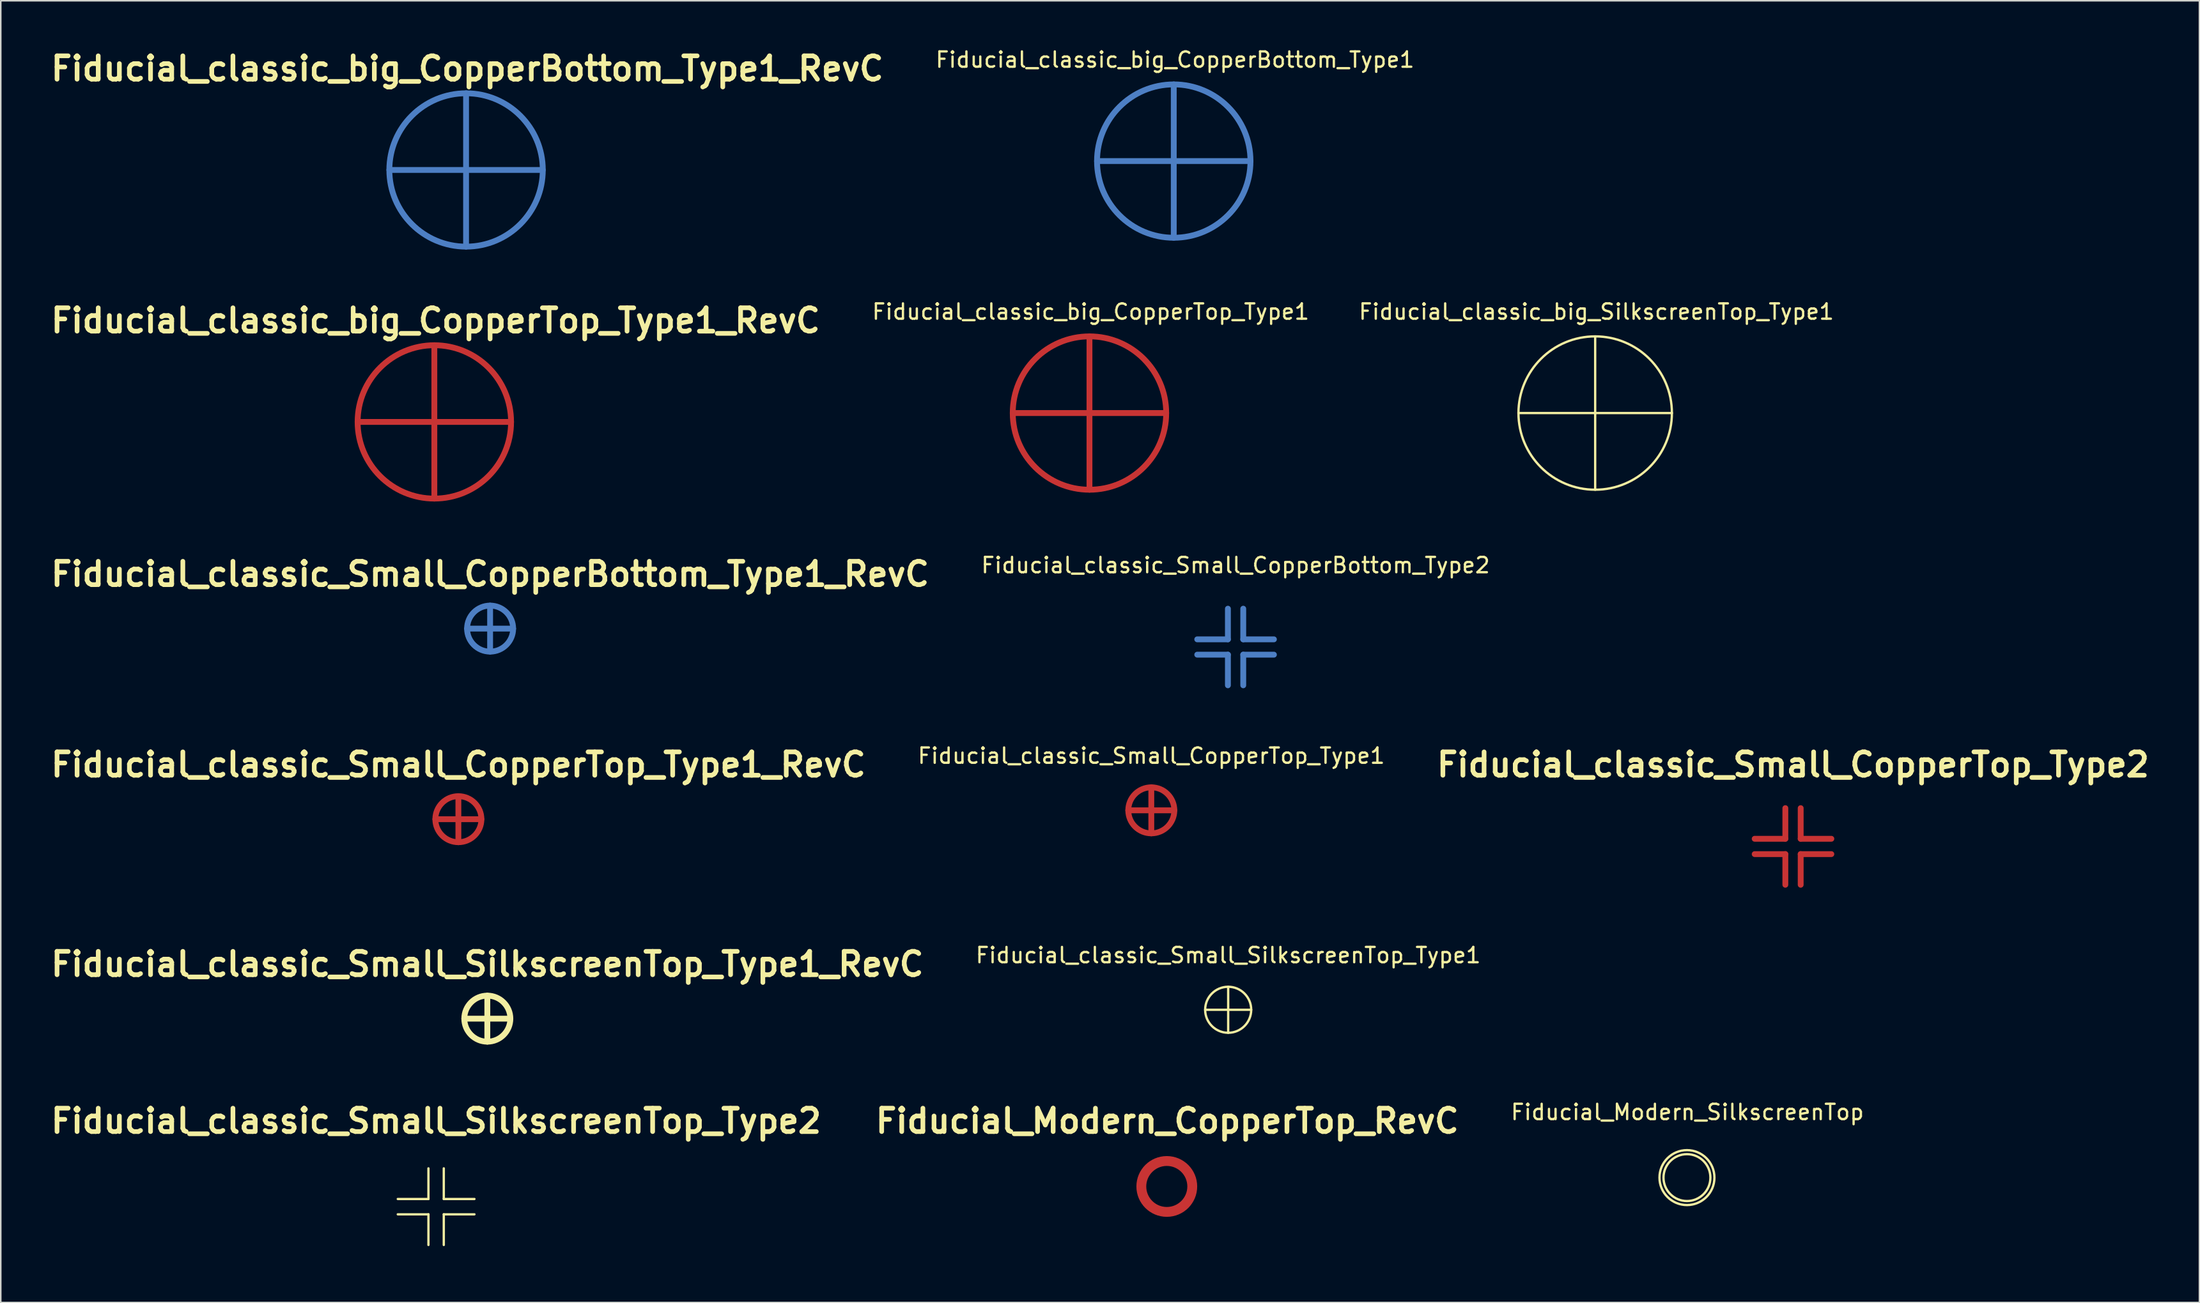
<source format=kicad_pcb>
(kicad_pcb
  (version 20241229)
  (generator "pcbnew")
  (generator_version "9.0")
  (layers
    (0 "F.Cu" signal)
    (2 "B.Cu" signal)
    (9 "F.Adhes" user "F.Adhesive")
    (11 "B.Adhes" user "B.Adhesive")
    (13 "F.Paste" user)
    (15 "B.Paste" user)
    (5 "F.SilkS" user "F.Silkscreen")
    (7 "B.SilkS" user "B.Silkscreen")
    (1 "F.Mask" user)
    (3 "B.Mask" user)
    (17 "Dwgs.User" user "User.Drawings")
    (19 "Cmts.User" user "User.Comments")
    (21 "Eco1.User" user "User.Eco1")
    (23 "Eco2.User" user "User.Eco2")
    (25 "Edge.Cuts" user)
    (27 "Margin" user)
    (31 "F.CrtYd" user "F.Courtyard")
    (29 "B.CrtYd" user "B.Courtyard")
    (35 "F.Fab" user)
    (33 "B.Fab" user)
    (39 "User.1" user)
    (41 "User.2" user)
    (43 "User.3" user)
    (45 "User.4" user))
  (footprint "Fiducial_classic_Small_CopperTop_Type1_RevC"
    (layer "F.Cu")
    (at 26.83 50.386)
    (property "Reference" "Fiducial_classic_Small_CopperTop_Type1_RevC" (at 0 -3.556 0) (layer "F.SilkS") (effects (font (size 1.524 1.524) (thickness 0.305))))
    (attr through_hole)
    (fp_line (start -1.501 0) (end 1.501 0) (stroke (width 0.381) (type solid)) (layer "F.Cu"))
    (fp_line (start 0 -1.501) (end 0 1.501) (stroke (width 0.381) (type solid)) (layer "F.Cu"))
    (fp_circle (center 0 0) (end 1.501 0) (stroke (width 0.381) (type solid)) (fill no) (layer "F.Cu"))
    (pad "" smd circle (at 0 0) (size 4.501 4.501) (layers "F.Mask")))
  (footprint "Fiducial_classic_Small_SilkscreenTop_Type2"
    (layer "F.Cu")
    (at 25.378 75.661)
    (property "Reference" "Fiducial_classic_Small_SilkscreenTop_Type2" (at 0 -5.588 0) (layer "F.SilkS") (effects (font (size 1.524 1.524) (thickness 0.305))))
    (attr through_hole)
    (fp_line (start -0.5 -0.5) (end -2.499 -0.5) (stroke (width 0.15) (type solid)) (layer "F.SilkS"))
    (fp_line (start -0.5 -0.5) (end -0.5 -2.499) (stroke (width 0.15) (type solid)) (layer "F.SilkS"))
    (fp_line (start -0.5 0.5) (end -2.499 0.5) (stroke (width 0.15) (type solid)) (layer "F.SilkS"))
    (fp_line (start -0.5 0.5) (end -0.5 2.499) (stroke (width 0.15) (type solid)) (layer "F.SilkS"))
    (fp_line (start 0.5 -0.5) (end 0.5 -2.499) (stroke (width 0.15) (type solid)) (layer "F.SilkS"))
    (fp_line (start 0.5 -0.5) (end 2.499 -0.5) (stroke (width 0.15) (type solid)) (layer "F.SilkS"))
    (fp_line (start 0.5 0.5) (end 0.5 2.499) (stroke (width 0.15) (type solid)) (layer "F.SilkS"))
    (fp_line (start 0.5 0.5) (end 2.499 0.5) (stroke (width 0.15) (type solid)) (layer "F.SilkS"))
    (pad "" smd circle (at 0 0) (size 6.5 6.5) (layers "F.Mask")))
  (footprint "Fiducial_classic_Small_SilkscreenTop_Type1"
    (layer "F.Cu")
    (at 77.01 62.818)
    (property "Reference" "Fiducial_classic_Small_SilkscreenTop_Type1" (at 0 -3.556 0) (layer "F.SilkS") (effects (font (size 1 1) (thickness 0.15))))
    (attr through_hole)
    (fp_line (start -1.501 0) (end 1.501 0) (stroke (width 0.15) (type solid)) (layer "F.SilkS"))
    (fp_line (start 0 -1.501) (end 0 1.501) (stroke (width 0.15) (type solid)) (layer "F.SilkS"))
    (fp_circle (center 0 0) (end 1.501 0) (stroke (width 0.15) (type solid)) (fill no) (layer "F.SilkS"))
    (pad "" smd circle (at 0 0) (size 4.501 4.501) (layers "F.Mask")))
  (footprint "Fiducial_classic_big_CopperTop_Type1_RevC"
    (layer "F.Cu")
    (at 25.263 24.471)
    (property "Reference" "Fiducial_classic_big_CopperTop_Type1_RevC" (at 0.079 -6.609 0) (layer "F.SilkS") (effects (font (size 1.524 1.524) (thickness 0.305))))
    (attr through_hole)
    (fp_line (start -5.001 0) (end 5.001 0) (stroke (width 0.381) (type solid)) (layer "F.Cu"))
    (fp_line (start 0 -5.001) (end 0 5.001) (stroke (width 0.381) (type solid)) (layer "F.Cu"))
    (fp_circle (center 0 0) (end 5.001 0) (stroke (width 0.381) (type solid)) (fill no) (layer "F.Cu"))
    (pad "" smd circle (at 0 0) (size 11.001 11.001) (layers "F.Mask")))
  (footprint "Fiducial_classic_Small_SilkscreenTop_Type1_RevC"
    (layer "F.Cu")
    (at 28.717 63.397)
    (property "Reference" "Fiducial_classic_Small_SilkscreenTop_Type1_RevC" (at 0 -3.556 0) (layer "F.SilkS") (effects (font (size 1.524 1.524) (thickness 0.305))))
    (attr through_hole)
    (fp_line (start -1.501 0) (end 1.501 0) (stroke (width 0.381) (type solid)) (layer "F.SilkS"))
    (fp_line (start 0 -1.501) (end 0 1.501) (stroke (width 0.381) (type solid)) (layer "F.SilkS"))
    (fp_circle (center 0 0) (end 1.501 0) (stroke (width 0.381) (type solid)) (fill no) (layer "F.SilkS"))
    (pad "" smd circle (at 0 0) (size 4.501 4.501) (layers "F.Mask")))
  (footprint "Fiducial_classic_Small_CopperTop_Type2"
    (layer "F.Cu")
    (at 113.829 52.164)
    (property "Reference" "Fiducial_classic_Small_CopperTop_Type2" (at 0 -5.334 0) (layer "F.SilkS") (effects (font (size 1.524 1.524) (thickness 0.305))))
    (attr through_hole)
    (fp_line (start -0.5 -0.5) (end -2.499 -0.5) (stroke (width 0.381) (type solid)) (layer "F.Cu"))
    (fp_line (start -0.5 -0.5) (end -0.5 -2.499) (stroke (width 0.381) (type solid)) (layer "F.Cu"))
    (fp_line (start -0.5 0.5) (end -2.499 0.5) (stroke (width 0.381) (type solid)) (layer "F.Cu"))
    (fp_line (start -0.5 0.5) (end -0.5 2.499) (stroke (width 0.381) (type solid)) (layer "F.Cu"))
    (fp_line (start 0.5 -0.5) (end 0.5 -2.499) (stroke (width 0.381) (type solid)) (layer "F.Cu"))
    (fp_line (start 0.5 -0.5) (end 2.499 -0.5) (stroke (width 0.381) (type solid)) (layer "F.Cu"))
    (fp_line (start 0.5 0.5) (end 0.5 2.499) (stroke (width 0.381) (type solid)) (layer "F.Cu"))
    (fp_line (start 0.5 0.5) (end 2.499 0.5) (stroke (width 0.381) (type solid)) (layer "F.Cu"))
    (pad "" smd circle (at 0 0) (size 6.5 6.5) (layers "F.Mask")))
  (footprint "Fiducial_Modern_CopperTop_RevC"
    (layer "F.Cu")
    (at 73.008 74.343)
    (property "Reference" "Fiducial_Modern_CopperTop_RevC" (at 0.03 -4.27 0) (layer "F.SilkS") (effects (font (size 1.524 1.524) (thickness 0.305))))
    (attr through_hole)
    (fp_circle (center 0 0) (end 1.529 0) (stroke (width 0.381) (type solid)) (fill no) (layer "F.Cu"))
    (fp_circle (center 0 0) (end 1.791 0) (stroke (width 0.381) (type solid)) (fill no) (layer "F.Cu"))
    (pad "" smd circle (at 0 0) (size 4.801 4.801) (layers "F.Mask")))
  (footprint "Fiducial_classic_big_SilkscreenTop_Type1"
    (layer "F.Cu")
    (at 100.933 23.893)
    (property "Reference" "Fiducial_classic_big_SilkscreenTop_Type1" (at 0.079 -6.609 0) (layer "F.SilkS") (effects (font (size 1 1) (thickness 0.15))))
    (attr through_hole)
    (fp_line (start -5.001 0) (end 5.001 0) (stroke (width 0.15) (type solid)) (layer "F.SilkS"))
    (fp_line (start 0 -5.001) (end 0 5.001) (stroke (width 0.15) (type solid)) (layer "F.SilkS"))
    (fp_circle (center 0 0) (end 5.001 0) (stroke (width 0.15) (type solid)) (fill no) (layer "F.SilkS"))
    (pad "" smd circle (at 0 0) (size 11.001 11.001) (layers "F.Mask")))
  (footprint "Fiducial_classic_big_CopperBottom_Type1"
    (layer "F.Cu")
    (at 73.462 7.457)
    (property "Reference" "Fiducial_classic_big_CopperBottom_Type1" (at 0.079 -6.609 0) (layer "F.SilkS") (effects (font (size 1 1) (thickness 0.15))))
    (attr through_hole)
    (fp_line (start -5.001 0) (end 5.001 0) (stroke (width 0.381) (type solid)) (layer "B.Cu"))
    (fp_line (start 0 -5.001) (end 0 5.001) (stroke (width 0.381) (type solid)) (layer "B.Cu"))
    (fp_circle (center 0 0) (end 5.001 0) (stroke (width 0.381) (type solid)) (fill no) (layer "B.Cu"))
    (pad "" smd circle (at 0 0) (size 10.8 10.8) (layers "B.Mask")))
  (footprint "Fiducial_classic_Small_CopperBottom_Type2"
    (layer "F.Cu")
    (at 77.492 39.154)
    (property "Reference" "Fiducial_classic_Small_CopperBottom_Type2" (at 0 -5.334 0) (layer "F.SilkS") (effects (font (size 1 1) (thickness 0.15))))
    (attr through_hole)
    (fp_line (start -0.5 -0.5) (end -2.499 -0.5) (stroke (width 0.381) (type solid)) (layer "B.Cu"))
    (fp_line (start -0.5 -0.5) (end -0.5 -2.499) (stroke (width 0.381) (type solid)) (layer "B.Cu"))
    (fp_line (start -0.5 0.5) (end -2.499 0.5) (stroke (width 0.381) (type solid)) (layer "B.Cu"))
    (fp_line (start -0.5 0.5) (end -0.5 2.499) (stroke (width 0.381) (type solid)) (layer "B.Cu"))
    (fp_line (start 0.5 -0.5) (end 0.5 -2.499) (stroke (width 0.381) (type solid)) (layer "B.Cu"))
    (fp_line (start 0.5 -0.5) (end 2.499 -0.5) (stroke (width 0.381) (type solid)) (layer "B.Cu"))
    (fp_line (start 0.5 0.5) (end 0.5 2.499) (stroke (width 0.381) (type solid)) (layer "B.Cu"))
    (fp_line (start 0.5 0.5) (end 2.499 0.5) (stroke (width 0.381) (type solid)) (layer "B.Cu"))
    (pad "" smd circle (at 0 0) (size 6.5 6.5) (layers "B.Mask")))
  (footprint "Fiducial_classic_Small_CopperTop_Type1"
    (layer "F.Cu")
    (at 71.999 49.808)
    (property "Reference" "Fiducial_classic_Small_CopperTop_Type1" (at 0 -3.556 0) (layer "F.SilkS") (effects (font (size 1 1) (thickness 0.15))))
    (attr through_hole)
    (fp_line (start -1.501 0) (end 1.501 0) (stroke (width 0.381) (type solid)) (layer "F.Cu"))
    (fp_line (start 0 -1.501) (end 0 1.501) (stroke (width 0.381) (type solid)) (layer "F.Cu"))
    (fp_circle (center 0 0) (end 1.501 0) (stroke (width 0.381) (type solid)) (fill no) (layer "F.Cu"))
    (pad "" smd circle (at 0 0) (size 4.501 4.501) (layers "F.Mask")))
  (footprint "Fiducial_classic_big_CopperBottom_Type1_RevC"
    (layer "F.Cu")
    (at 27.331 8.036)
    (property "Reference" "Fiducial_classic_big_CopperBottom_Type1_RevC" (at 0.079 -6.609 0) (layer "F.SilkS") (effects (font (size 1.524 1.524) (thickness 0.305))))
    (attr through_hole)
    (fp_line (start -5.001 0) (end 5.001 0) (stroke (width 0.381) (type solid)) (layer "B.Cu"))
    (fp_line (start 0 -5.001) (end 0 5.001) (stroke (width 0.381) (type solid)) (layer "B.Cu"))
    (fp_circle (center 0 0) (end 5.001 0) (stroke (width 0.381) (type solid)) (fill no) (layer "B.Cu"))
    (pad "" smd circle (at 0 0) (size 10.8 10.8) (layers "B.Mask")))
  (footprint "Fiducial_Modern_SilkscreenTop"
    (layer "F.Cu")
    (at 106.915 73.765)
    (property "Reference" "Fiducial_Modern_SilkscreenTop" (at 0.03 -4.27 0) (layer "F.SilkS") (effects (font (size 1 1) (thickness 0.15))))
    (attr through_hole)
    (fp_circle (center 0 0) (end 1.529 0) (stroke (width 0.15) (type solid)) (fill no) (layer "F.SilkS"))
    (fp_circle (center 0 0) (end 1.791 0) (stroke (width 0.15) (type solid)) (fill no) (layer "F.SilkS"))
    (pad "" smd circle (at 0 0) (size 4.801 4.801) (layers "F.Mask")))
  (footprint "Fiducial_classic_Small_CopperBottom_Type1_RevC"
    (layer "F.Cu")
    (at 28.898 37.954)
    (property "Reference" "Fiducial_classic_Small_CopperBottom_Type1_RevC" (at 0 -3.556 0) (layer "F.SilkS") (effects (font (size 1.524 1.524) (thickness 0.305))))
    (attr through_hole)
    (fp_line (start -1.501 0) (end 1.501 0) (stroke (width 0.381) (type solid)) (layer "B.Cu"))
    (fp_line (start 0 -1.501) (end 0 1.501) (stroke (width 0.381) (type solid)) (layer "B.Cu"))
    (fp_circle (center 0 0) (end 1.501 0) (stroke (width 0.381) (type solid)) (fill no) (layer "B.Cu"))
    (pad "" smd circle (at 0 0) (size 4.501 4.501) (layers "B.Mask")))
  (footprint "Fiducial_classic_big_CopperTop_Type1"
    (layer "F.Cu")
    (at 67.968 23.893)
    (property "Reference" "Fiducial_classic_big_CopperTop_Type1" (at 0.079 -6.609 0) (layer "F.SilkS") (effects (font (size 1 1) (thickness 0.15))))
    (attr through_hole)
    (fp_line (start -5.001 0) (end 5.001 0) (stroke (width 0.381) (type solid)) (layer "F.Cu"))
    (fp_line (start 0 -5.001) (end 0 5.001) (stroke (width 0.381) (type solid)) (layer "F.Cu"))
    (fp_circle (center 0 0) (end 5.001 0) (stroke (width 0.381) (type solid)) (fill no) (layer "F.Cu"))
    (pad "" smd circle (at 0 0) (size 11.001 11.001) (layers "F.Mask")))
  (gr_rect
    (start -3 -3)
    (end 140.321 81.911)
    (stroke (width 0.1) (type default))
    (fill no)
    (layer "Edge.Cuts")))
</source>
